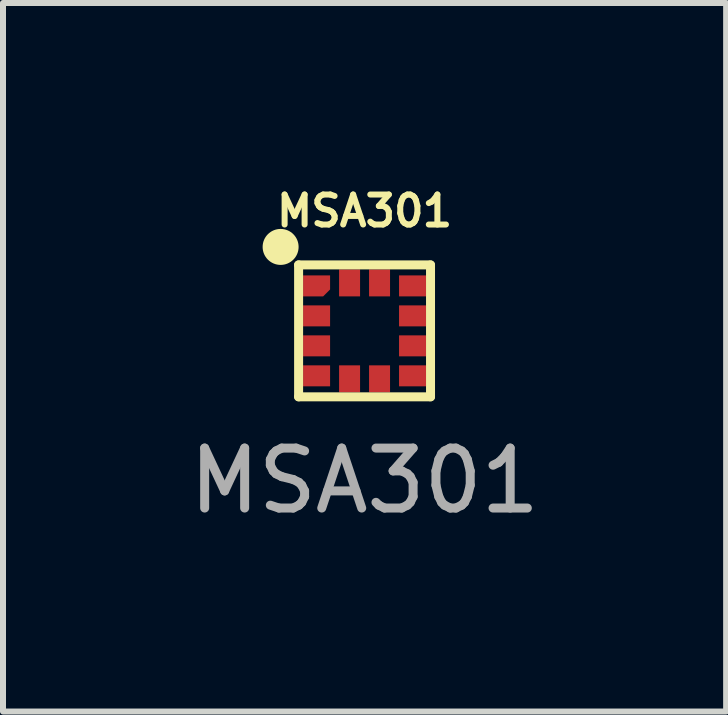
<source format=kicad_pcb>
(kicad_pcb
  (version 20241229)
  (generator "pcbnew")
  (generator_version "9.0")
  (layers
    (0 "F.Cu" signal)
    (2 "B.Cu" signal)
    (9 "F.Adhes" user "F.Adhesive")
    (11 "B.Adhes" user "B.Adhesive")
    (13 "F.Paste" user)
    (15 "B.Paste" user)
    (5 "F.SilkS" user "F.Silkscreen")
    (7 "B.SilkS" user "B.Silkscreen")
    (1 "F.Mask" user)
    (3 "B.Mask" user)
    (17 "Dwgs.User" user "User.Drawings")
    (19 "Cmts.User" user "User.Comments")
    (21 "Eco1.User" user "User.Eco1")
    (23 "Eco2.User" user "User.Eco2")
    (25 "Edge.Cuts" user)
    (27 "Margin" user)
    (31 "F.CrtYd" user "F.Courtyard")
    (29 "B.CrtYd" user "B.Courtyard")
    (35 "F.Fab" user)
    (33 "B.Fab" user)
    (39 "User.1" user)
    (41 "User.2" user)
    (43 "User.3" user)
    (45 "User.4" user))
  (footprint "MSA301"
    (layer "F.Cu")
    (at 3.03 2.468)
    (property "Reference" "MSA301" (at 0 -2 0) (unlocked yes) (layer "F.SilkS") (effects (font (size 0.5 0.5) (thickness 0.1) (bold yes))))
    (attr smd)
    (fp_line (start -1.1 -1.1) (end 1.1 -1.1) (stroke (width 0.15) (type solid)) (layer "F.SilkS"))
    (fp_line (start -1.1 1.1) (end -1.1 -1.1) (stroke (width 0.15) (type solid)) (layer "F.SilkS"))
    (fp_line (start 1.1 -1.1) (end 1.1 1.1) (stroke (width 0.15) (type solid)) (layer "F.SilkS"))
    (fp_line (start 1.1 1.1) (end -1.1 1.1) (stroke (width 0.15) (type solid)) (layer "F.SilkS"))
    (fp_circle (center -1.4 -1.4) (end -1.2 -1.4) (stroke (width 0.2) (type solid)) (fill yes) (layer "F.SilkS"))
    (fp_line (start -1.2 -1.2) (end 1.2 -1.2) (stroke (width 0.1) (type default)) (layer "Margin"))
    (fp_line (start -1.2 1.2) (end -1.2 -1.2) (stroke (width 0.1) (type default)) (layer "Margin"))
    (fp_line (start 1.2 -1.2) (end 1.2 1.2) (stroke (width 0.1) (type default)) (layer "Margin"))
    (fp_line (start 1.2 1.2) (end -1.2 1.2) (stroke (width 0.1) (type default)) (layer "Margin"))
    (fp_text user "${REFERENCE}" (at 0 2.5 0) (unlocked yes) (layer "F.Fab") (effects (font (size 1 1) (thickness 0.15))))
    (pad "1" smd roundrect (at -0.8 -0.75 180) (size 0.45 0.35) (layers "F.Cu" "F.Mask" "F.Paste") (roundrect_rratio 0) (chamfer_ratio 0.33) (chamfer top_left))
    (pad "2" smd rect (at -0.8 -0.25 180) (size 0.45 0.35) (layers "F.Cu" "F.Mask" "F.Paste"))
    (pad "3" smd rect (at -0.8 0.25 180) (size 0.45 0.35) (layers "F.Cu" "F.Mask" "F.Paste"))
    (pad "4" smd rect (at -0.8 0.75 180) (size 0.45 0.35) (layers "F.Cu" "F.Mask" "F.Paste"))
    (pad "5" smd rect (at -0.25 0.8 270) (size 0.45 0.35) (layers "F.Cu" "F.Mask" "F.Paste"))
    (pad "6" smd rect (at 0.25 0.8 270) (size 0.45 0.35) (layers "F.Cu" "F.Mask" "F.Paste"))
    (pad "7" smd rect (at 0.8 0.75 180) (size 0.45 0.35) (layers "F.Cu" "F.Mask" "F.Paste"))
    (pad "8" smd rect (at 0.8 0.25 180) (size 0.45 0.35) (layers "F.Cu" "F.Mask" "F.Paste"))
    (pad "9" smd rect (at 0.8 -0.25 180) (size 0.45 0.35) (layers "F.Cu" "F.Mask" "F.Paste"))
    (pad "10" smd rect (at 0.8 -0.75 180) (size 0.45 0.35) (layers "F.Cu" "F.Mask" "F.Paste"))
    (pad "11" smd rect (at 0.25 -0.8 270) (size 0.45 0.35) (layers "F.Cu" "F.Mask" "F.Paste"))
    (pad "12" smd rect (at -0.25 -0.8 270) (size 0.45 0.35) (layers "F.Cu" "F.Mask" "F.Paste")))
  (gr_rect
    (start -3 -3)
    (end 9.06 8.816)
    (stroke (width 0.1) (type default))
    (fill no)
    (layer "Edge.Cuts")))
</source>
